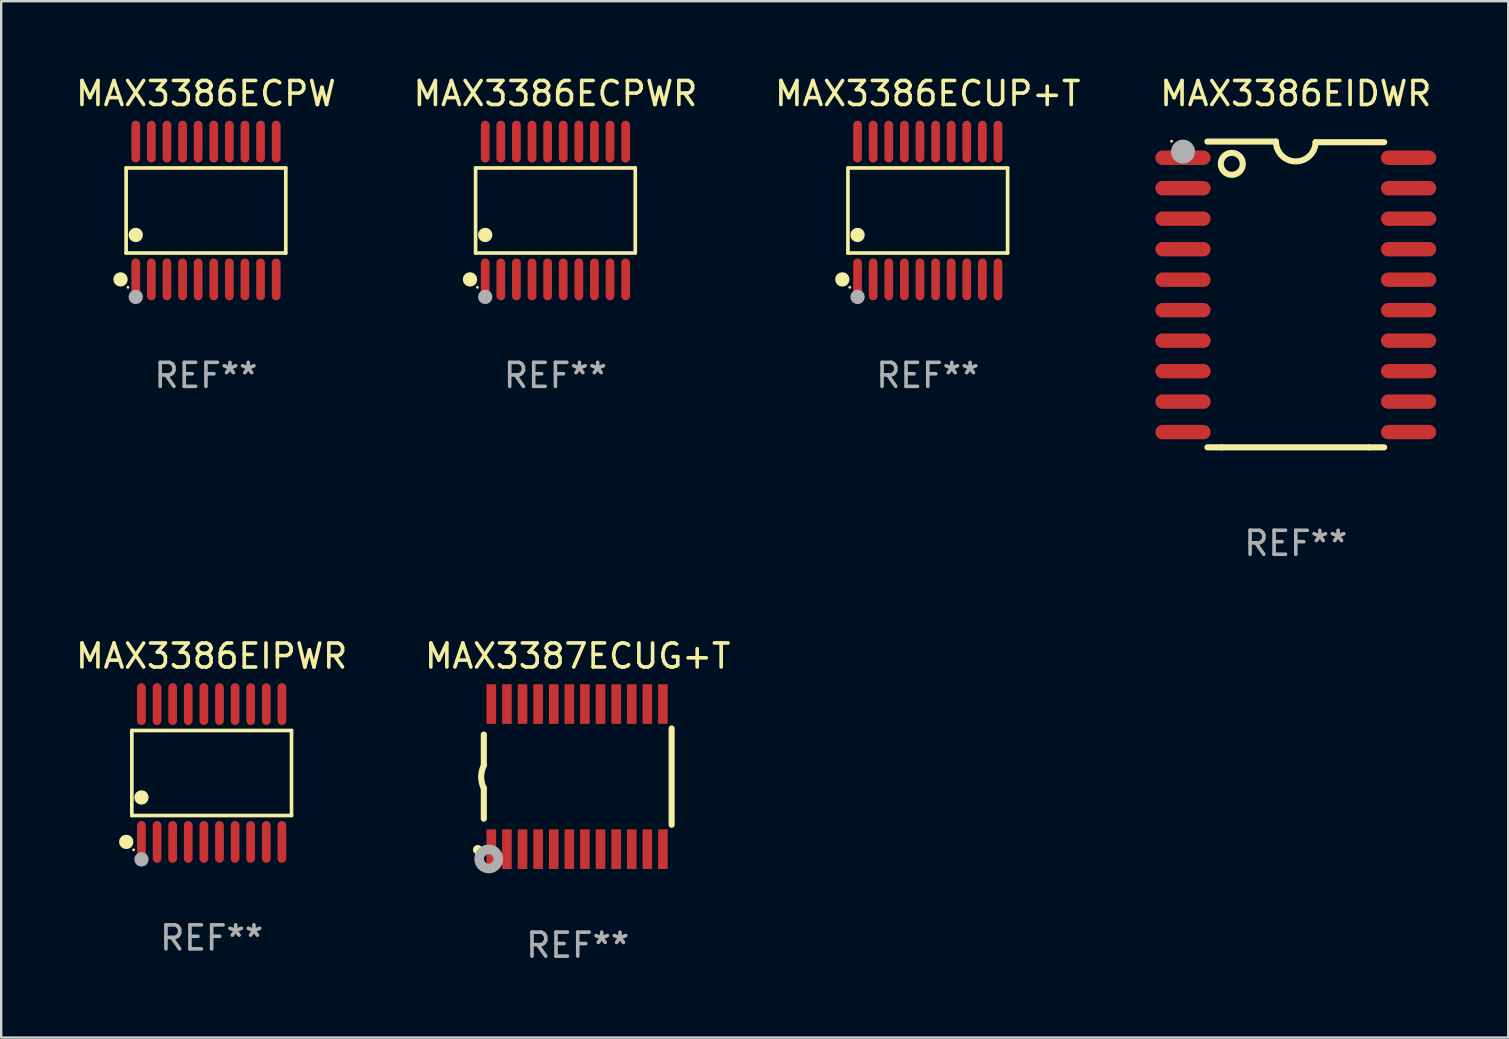
<source format=kicad_pcb>
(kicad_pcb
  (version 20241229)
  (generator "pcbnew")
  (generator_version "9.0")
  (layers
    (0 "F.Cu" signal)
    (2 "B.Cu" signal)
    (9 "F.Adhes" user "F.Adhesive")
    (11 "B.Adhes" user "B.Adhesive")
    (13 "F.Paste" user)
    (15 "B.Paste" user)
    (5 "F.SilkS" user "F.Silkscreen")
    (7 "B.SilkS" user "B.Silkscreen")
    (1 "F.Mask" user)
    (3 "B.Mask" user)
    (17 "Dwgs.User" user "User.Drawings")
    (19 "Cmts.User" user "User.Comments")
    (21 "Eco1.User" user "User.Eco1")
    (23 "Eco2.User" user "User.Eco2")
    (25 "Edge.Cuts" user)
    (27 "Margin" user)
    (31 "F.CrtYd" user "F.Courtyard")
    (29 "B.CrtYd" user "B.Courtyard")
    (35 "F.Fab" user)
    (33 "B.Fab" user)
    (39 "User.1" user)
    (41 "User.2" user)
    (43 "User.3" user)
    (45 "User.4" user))
  (footprint "MAX3386ECPW"
    (layer "F.Cu")
    (at 5.53 5.719)
    (property "Reference" "MAX3386ECPW" (at 0 -4.871 0) (layer "F.SilkS") (effects (font (size 1 1) (thickness 0.15))))
    (attr through_hole)
    (fp_line (start -3.326 -1.771) (end 3.326 -1.771) (stroke (width 0.152) (type solid)) (layer "F.SilkS"))
    (fp_line (start -3.326 1.771) (end -3.326 -1.771) (stroke (width 0.152) (type solid)) (layer "F.SilkS"))
    (fp_line (start 3.326 -1.771) (end 3.326 1.771) (stroke (width 0.152) (type solid)) (layer "F.SilkS"))
    (fp_line (start 3.326 1.771) (end -3.326 1.771) (stroke (width 0.152) (type solid)) (layer "F.SilkS"))
    (fp_circle (center -3.559 2.871) (end -3.409 2.871) (stroke (width 0.3) (type solid)) (fill no) (layer "F.SilkS"))
    (fp_circle (center -3.25 3.2) (end -3.22 3.2) (stroke (width 0.06) (type solid)) (fill no) (layer "F.SilkS"))
    (fp_circle (center -2.925 1.019) (end -2.775 1.019) (stroke (width 0.3) (type solid)) (fill no) (layer "F.SilkS"))
    (fp_circle (center -2.925 3.6) (end -2.775 3.6) (stroke (width 0.3) (type solid)) (fill no) (layer "F.Fab"))
    (fp_text user "REF**" (at 0 6.871 0) (layer "F.Fab") (effects (font (size 1 1) (thickness 0.15))))
    (pad "1" smd oval (at -2.925 2.871) (size 0.364 1.742) (layers "F.Cu" "F.Mask" "F.Paste"))
    (pad "2" smd oval (at -2.275 2.871) (size 0.364 1.742) (layers "F.Cu" "F.Mask" "F.Paste"))
    (pad "3" smd oval (at -1.625 2.871) (size 0.364 1.742) (layers "F.Cu" "F.Mask" "F.Paste"))
    (pad "4" smd oval (at -0.975 2.871) (size 0.364 1.742) (layers "F.Cu" "F.Mask" "F.Paste"))
    (pad "5" smd oval (at -0.325 2.871) (size 0.364 1.742) (layers "F.Cu" "F.Mask" "F.Paste"))
    (pad "6" smd oval (at 0.325 2.871) (size 0.364 1.742) (layers "F.Cu" "F.Mask" "F.Paste"))
    (pad "7" smd oval (at 0.975 2.871) (size 0.364 1.742) (layers "F.Cu" "F.Mask" "F.Paste"))
    (pad "8" smd oval (at 1.625 2.871) (size 0.364 1.742) (layers "F.Cu" "F.Mask" "F.Paste"))
    (pad "9" smd oval (at 2.275 2.871) (size 0.364 1.742) (layers "F.Cu" "F.Mask" "F.Paste"))
    (pad "10" smd oval (at 2.925 2.871) (size 0.364 1.742) (layers "F.Cu" "F.Mask" "F.Paste"))
    (pad "11" smd oval (at 2.925 -2.871) (size 0.364 1.742) (layers "F.Cu" "F.Mask" "F.Paste"))
    (pad "12" smd oval (at 2.275 -2.871) (size 0.364 1.742) (layers "F.Cu" "F.Mask" "F.Paste"))
    (pad "13" smd oval (at 1.625 -2.871) (size 0.364 1.742) (layers "F.Cu" "F.Mask" "F.Paste"))
    (pad "14" smd oval (at 0.975 -2.871) (size 0.364 1.742) (layers "F.Cu" "F.Mask" "F.Paste"))
    (pad "15" smd oval (at 0.325 -2.871) (size 0.364 1.742) (layers "F.Cu" "F.Mask" "F.Paste"))
    (pad "16" smd oval (at -0.325 -2.871) (size 0.364 1.742) (layers "F.Cu" "F.Mask" "F.Paste"))
    (pad "17" smd oval (at -0.975 -2.871) (size 0.364 1.742) (layers "F.Cu" "F.Mask" "F.Paste"))
    (pad "18" smd oval (at -1.625 -2.871) (size 0.364 1.742) (layers "F.Cu" "F.Mask" "F.Paste"))
    (pad "19" smd oval (at -2.275 -2.871) (size 0.364 1.742) (layers "F.Cu" "F.Mask" "F.Paste"))
    (pad "20" smd oval (at -2.925 -2.871) (size 0.364 1.742) (layers "F.Cu" "F.Mask" "F.Paste")))
  (footprint "MAX3387ECUG+T"
    (layer "F.Cu")
    (at 21.018 29.304)
    (property "Reference" "MAX3387ECUG+T" (at 0 -5.023 0) (layer "F.SilkS") (effects (font (size 1 1) (thickness 0.15))))
    (attr through_hole)
    (fp_line (start -3.912 -0.483) (end -3.912 -1.753) (stroke (width 0.254) (type solid)) (layer "F.SilkS"))
    (fp_line (start -3.912 1.753) (end -3.912 0.483) (stroke (width 0.254) (type solid)) (layer "F.SilkS"))
    (fp_line (start 3.912 -2.007) (end 3.912 2.007) (stroke (width 0.254) (type solid)) (layer "F.SilkS"))
    (fp_arc (start -3.911608 0.482601) (mid -4.022537 0.0127) (end -3.911608 -0.457201) (stroke (width 0.254001) (type solid)) (layer "F.SilkS"))
    (fp_circle (center -4.166 3.048) (end -4.066 3.048) (stroke (width 0.2) (type solid)) (fill no) (layer "F.SilkS"))
    (fp_circle (center -3.925 3.186) (end -3.895 3.186) (stroke (width 0.06) (type solid)) (fill no) (layer "F.SilkS"))
    (fp_circle (center -3.708 3.429) (end -3.509 3.429) (stroke (width 0.4) (type solid)) (fill no) (layer "F.Fab"))
    (fp_text user "REF**" (at 0 7.023 0) (layer "F.Fab") (effects (font (size 1 1) (thickness 0.15))))
    (pad "1" smd rect (at -3.6 3.023) (size 0.4 1.65) (layers "F.Cu" "F.Mask" "F.Paste"))
    (pad "2" smd rect (at -2.95 3.023) (size 0.4 1.65) (layers "F.Cu" "F.Mask" "F.Paste"))
    (pad "3" smd rect (at -2.3 3.023) (size 0.4 1.65) (layers "F.Cu" "F.Mask" "F.Paste"))
    (pad "4" smd rect (at -1.65 3.023) (size 0.4 1.65) (layers "F.Cu" "F.Mask" "F.Paste"))
    (pad "5" smd rect (at -1 3.023) (size 0.4 1.65) (layers "F.Cu" "F.Mask" "F.Paste"))
    (pad "6" smd rect (at -0.35 3.023) (size 0.4 1.65) (layers "F.Cu" "F.Mask" "F.Paste"))
    (pad "7" smd rect (at 0.299 3.023) (size 0.4 1.65) (layers "F.Cu" "F.Mask" "F.Paste"))
    (pad "8" smd rect (at 0.95 3.023) (size 0.4 1.65) (layers "F.Cu" "F.Mask" "F.Paste"))
    (pad "9" smd rect (at 1.6 3.023) (size 0.4 1.65) (layers "F.Cu" "F.Mask" "F.Paste"))
    (pad "10" smd rect (at 2.25 3.023) (size 0.4 1.65) (layers "F.Cu" "F.Mask" "F.Paste"))
    (pad "11" smd rect (at 2.9 3.023) (size 0.4 1.65) (layers "F.Cu" "F.Mask" "F.Paste"))
    (pad "12" smd rect (at 3.549 3.023) (size 0.4 1.65) (layers "F.Cu" "F.Mask" "F.Paste"))
    (pad "13" smd rect (at 3.549 -3.023) (size 0.4 1.65) (layers "F.Cu" "F.Mask" "F.Paste"))
    (pad "14" smd rect (at 2.9 -3.023) (size 0.4 1.65) (layers "F.Cu" "F.Mask" "F.Paste"))
    (pad "15" smd rect (at 2.25 -3.023) (size 0.4 1.65) (layers "F.Cu" "F.Mask" "F.Paste"))
    (pad "16" smd rect (at 1.6 -3.023) (size 0.4 1.65) (layers "F.Cu" "F.Mask" "F.Paste"))
    (pad "17" smd rect (at 0.95 -3.023) (size 0.4 1.65) (layers "F.Cu" "F.Mask" "F.Paste"))
    (pad "18" smd rect (at 0.299 -3.023) (size 0.4 1.65) (layers "F.Cu" "F.Mask" "F.Paste"))
    (pad "19" smd rect (at -0.35 -3.023) (size 0.4 1.65) (layers "F.Cu" "F.Mask" "F.Paste"))
    (pad "20" smd rect (at -1 -3.023) (size 0.4 1.65) (layers "F.Cu" "F.Mask" "F.Paste"))
    (pad "21" smd rect (at -1.65 -3.023) (size 0.4 1.65) (layers "F.Cu" "F.Mask" "F.Paste"))
    (pad "22" smd rect (at -2.3 -3.023) (size 0.4 1.65) (layers "F.Cu" "F.Mask" "F.Paste"))
    (pad "23" smd rect (at -2.95 -3.023) (size 0.4 1.65) (layers "F.Cu" "F.Mask" "F.Paste"))
    (pad "24" smd rect (at -3.6 -3.023) (size 0.4 1.65) (layers "F.Cu" "F.Mask" "F.Paste")))
  (footprint "MAX3386EIPWR"
    (layer "F.Cu")
    (at 5.768 29.153)
    (property "Reference" "MAX3386EIPWR" (at 0 -4.871 0) (layer "F.SilkS") (effects (font (size 1 1) (thickness 0.15))))
    (attr through_hole)
    (fp_line (start -3.326 -1.771) (end 3.326 -1.771) (stroke (width 0.152) (type solid)) (layer "F.SilkS"))
    (fp_line (start -3.326 1.771) (end -3.326 -1.771) (stroke (width 0.152) (type solid)) (layer "F.SilkS"))
    (fp_line (start 3.326 -1.771) (end 3.326 1.771) (stroke (width 0.152) (type solid)) (layer "F.SilkS"))
    (fp_line (start 3.326 1.771) (end -3.326 1.771) (stroke (width 0.152) (type solid)) (layer "F.SilkS"))
    (fp_circle (center -3.559 2.871) (end -3.409 2.871) (stroke (width 0.3) (type solid)) (fill no) (layer "F.SilkS"))
    (fp_circle (center -3.25 3.2) (end -3.22 3.2) (stroke (width 0.06) (type solid)) (fill no) (layer "F.SilkS"))
    (fp_circle (center -2.925 1.019) (end -2.775 1.019) (stroke (width 0.3) (type solid)) (fill no) (layer "F.SilkS"))
    (fp_circle (center -2.925 3.6) (end -2.775 3.6) (stroke (width 0.3) (type solid)) (fill no) (layer "F.Fab"))
    (fp_text user "REF**" (at 0 6.871 0) (layer "F.Fab") (effects (font (size 1 1) (thickness 0.15))))
    (pad "1" smd oval (at -2.925 2.871) (size 0.364 1.742) (layers "F.Cu" "F.Mask" "F.Paste"))
    (pad "2" smd oval (at -2.275 2.871) (size 0.364 1.742) (layers "F.Cu" "F.Mask" "F.Paste"))
    (pad "3" smd oval (at -1.625 2.871) (size 0.364 1.742) (layers "F.Cu" "F.Mask" "F.Paste"))
    (pad "4" smd oval (at -0.975 2.871) (size 0.364 1.742) (layers "F.Cu" "F.Mask" "F.Paste"))
    (pad "5" smd oval (at -0.325 2.871) (size 0.364 1.742) (layers "F.Cu" "F.Mask" "F.Paste"))
    (pad "6" smd oval (at 0.325 2.871) (size 0.364 1.742) (layers "F.Cu" "F.Mask" "F.Paste"))
    (pad "7" smd oval (at 0.975 2.871) (size 0.364 1.742) (layers "F.Cu" "F.Mask" "F.Paste"))
    (pad "8" smd oval (at 1.625 2.871) (size 0.364 1.742) (layers "F.Cu" "F.Mask" "F.Paste"))
    (pad "9" smd oval (at 2.275 2.871) (size 0.364 1.742) (layers "F.Cu" "F.Mask" "F.Paste"))
    (pad "10" smd oval (at 2.925 2.871) (size 0.364 1.742) (layers "F.Cu" "F.Mask" "F.Paste"))
    (pad "11" smd oval (at 2.925 -2.871) (size 0.364 1.742) (layers "F.Cu" "F.Mask" "F.Paste"))
    (pad "12" smd oval (at 2.275 -2.871) (size 0.364 1.742) (layers "F.Cu" "F.Mask" "F.Paste"))
    (pad "13" smd oval (at 1.625 -2.871) (size 0.364 1.742) (layers "F.Cu" "F.Mask" "F.Paste"))
    (pad "14" smd oval (at 0.975 -2.871) (size 0.364 1.742) (layers "F.Cu" "F.Mask" "F.Paste"))
    (pad "15" smd oval (at 0.325 -2.871) (size 0.364 1.742) (layers "F.Cu" "F.Mask" "F.Paste"))
    (pad "16" smd oval (at -0.325 -2.871) (size 0.364 1.742) (layers "F.Cu" "F.Mask" "F.Paste"))
    (pad "17" smd oval (at -0.975 -2.871) (size 0.364 1.742) (layers "F.Cu" "F.Mask" "F.Paste"))
    (pad "18" smd oval (at -1.625 -2.871) (size 0.364 1.742) (layers "F.Cu" "F.Mask" "F.Paste"))
    (pad "19" smd oval (at -2.275 -2.871) (size 0.364 1.742) (layers "F.Cu" "F.Mask" "F.Paste"))
    (pad "20" smd oval (at -2.925 -2.871) (size 0.364 1.742) (layers "F.Cu" "F.Mask" "F.Paste")))
  (footprint "MAX3386ECPWR"
    (layer "F.Cu")
    (at 20.089 5.719)
    (property "Reference" "MAX3386ECPWR" (at 0 -4.871 0) (layer "F.SilkS") (effects (font (size 1 1) (thickness 0.15))))
    (attr through_hole)
    (fp_line (start -3.326 -1.771) (end 3.326 -1.771) (stroke (width 0.152) (type solid)) (layer "F.SilkS"))
    (fp_line (start -3.326 1.771) (end -3.326 -1.771) (stroke (width 0.152) (type solid)) (layer "F.SilkS"))
    (fp_line (start 3.326 -1.771) (end 3.326 1.771) (stroke (width 0.152) (type solid)) (layer "F.SilkS"))
    (fp_line (start 3.326 1.771) (end -3.326 1.771) (stroke (width 0.152) (type solid)) (layer "F.SilkS"))
    (fp_circle (center -3.559 2.871) (end -3.409 2.871) (stroke (width 0.3) (type solid)) (fill no) (layer "F.SilkS"))
    (fp_circle (center -3.25 3.2) (end -3.22 3.2) (stroke (width 0.06) (type solid)) (fill no) (layer "F.SilkS"))
    (fp_circle (center -2.925 1.019) (end -2.775 1.019) (stroke (width 0.3) (type solid)) (fill no) (layer "F.SilkS"))
    (fp_circle (center -2.925 3.6) (end -2.775 3.6) (stroke (width 0.3) (type solid)) (fill no) (layer "F.Fab"))
    (fp_text user "REF**" (at 0 6.871 0) (layer "F.Fab") (effects (font (size 1 1) (thickness 0.15))))
    (pad "1" smd oval (at -2.925 2.871) (size 0.364 1.742) (layers "F.Cu" "F.Mask" "F.Paste"))
    (pad "2" smd oval (at -2.275 2.871) (size 0.364 1.742) (layers "F.Cu" "F.Mask" "F.Paste"))
    (pad "3" smd oval (at -1.625 2.871) (size 0.364 1.742) (layers "F.Cu" "F.Mask" "F.Paste"))
    (pad "4" smd oval (at -0.975 2.871) (size 0.364 1.742) (layers "F.Cu" "F.Mask" "F.Paste"))
    (pad "5" smd oval (at -0.325 2.871) (size 0.364 1.742) (layers "F.Cu" "F.Mask" "F.Paste"))
    (pad "6" smd oval (at 0.325 2.871) (size 0.364 1.742) (layers "F.Cu" "F.Mask" "F.Paste"))
    (pad "7" smd oval (at 0.975 2.871) (size 0.364 1.742) (layers "F.Cu" "F.Mask" "F.Paste"))
    (pad "8" smd oval (at 1.625 2.871) (size 0.364 1.742) (layers "F.Cu" "F.Mask" "F.Paste"))
    (pad "9" smd oval (at 2.275 2.871) (size 0.364 1.742) (layers "F.Cu" "F.Mask" "F.Paste"))
    (pad "10" smd oval (at 2.925 2.871) (size 0.364 1.742) (layers "F.Cu" "F.Mask" "F.Paste"))
    (pad "11" smd oval (at 2.925 -2.871) (size 0.364 1.742) (layers "F.Cu" "F.Mask" "F.Paste"))
    (pad "12" smd oval (at 2.275 -2.871) (size 0.364 1.742) (layers "F.Cu" "F.Mask" "F.Paste"))
    (pad "13" smd oval (at 1.625 -2.871) (size 0.364 1.742) (layers "F.Cu" "F.Mask" "F.Paste"))
    (pad "14" smd oval (at 0.975 -2.871) (size 0.364 1.742) (layers "F.Cu" "F.Mask" "F.Paste"))
    (pad "15" smd oval (at 0.325 -2.871) (size 0.364 1.742) (layers "F.Cu" "F.Mask" "F.Paste"))
    (pad "16" smd oval (at -0.325 -2.871) (size 0.364 1.742) (layers "F.Cu" "F.Mask" "F.Paste"))
    (pad "17" smd oval (at -0.975 -2.871) (size 0.364 1.742) (layers "F.Cu" "F.Mask" "F.Paste"))
    (pad "18" smd oval (at -1.625 -2.871) (size 0.364 1.742) (layers "F.Cu" "F.Mask" "F.Paste"))
    (pad "19" smd oval (at -2.275 -2.871) (size 0.364 1.742) (layers "F.Cu" "F.Mask" "F.Paste"))
    (pad "20" smd oval (at -2.925 -2.871) (size 0.364 1.742) (layers "F.Cu" "F.Mask" "F.Paste")))
  (footprint "MAX3386ECUP+T"
    (layer "F.Cu")
    (at 35.601 5.719)
    (property "Reference" "MAX3386ECUP+T" (at 0 -4.871 0) (layer "F.SilkS") (effects (font (size 1 1) (thickness 0.15))))
    (attr through_hole)
    (fp_line (start -3.326 -1.771) (end 3.326 -1.771) (stroke (width 0.152) (type solid)) (layer "F.SilkS"))
    (fp_line (start -3.326 1.771) (end -3.326 -1.771) (stroke (width 0.152) (type solid)) (layer "F.SilkS"))
    (fp_line (start 3.326 -1.771) (end 3.326 1.771) (stroke (width 0.152) (type solid)) (layer "F.SilkS"))
    (fp_line (start 3.326 1.771) (end -3.326 1.771) (stroke (width 0.152) (type solid)) (layer "F.SilkS"))
    (fp_circle (center -3.559 2.871) (end -3.409 2.871) (stroke (width 0.3) (type solid)) (fill no) (layer "F.SilkS"))
    (fp_circle (center -3.25 3.2) (end -3.22 3.2) (stroke (width 0.06) (type solid)) (fill no) (layer "F.SilkS"))
    (fp_circle (center -2.925 1.019) (end -2.775 1.019) (stroke (width 0.3) (type solid)) (fill no) (layer "F.SilkS"))
    (fp_circle (center -2.925 3.6) (end -2.775 3.6) (stroke (width 0.3) (type solid)) (fill no) (layer "F.Fab"))
    (fp_text user "REF**" (at 0 6.871 0) (layer "F.Fab") (effects (font (size 1 1) (thickness 0.15))))
    (pad "1" smd oval (at -2.925 2.871) (size 0.364 1.742) (layers "F.Cu" "F.Mask" "F.Paste"))
    (pad "2" smd oval (at -2.275 2.871) (size 0.364 1.742) (layers "F.Cu" "F.Mask" "F.Paste"))
    (pad "3" smd oval (at -1.625 2.871) (size 0.364 1.742) (layers "F.Cu" "F.Mask" "F.Paste"))
    (pad "4" smd oval (at -0.975 2.871) (size 0.364 1.742) (layers "F.Cu" "F.Mask" "F.Paste"))
    (pad "5" smd oval (at -0.325 2.871) (size 0.364 1.742) (layers "F.Cu" "F.Mask" "F.Paste"))
    (pad "6" smd oval (at 0.325 2.871) (size 0.364 1.742) (layers "F.Cu" "F.Mask" "F.Paste"))
    (pad "7" smd oval (at 0.975 2.871) (size 0.364 1.742) (layers "F.Cu" "F.Mask" "F.Paste"))
    (pad "8" smd oval (at 1.625 2.871) (size 0.364 1.742) (layers "F.Cu" "F.Mask" "F.Paste"))
    (pad "9" smd oval (at 2.275 2.871) (size 0.364 1.742) (layers "F.Cu" "F.Mask" "F.Paste"))
    (pad "10" smd oval (at 2.925 2.871) (size 0.364 1.742) (layers "F.Cu" "F.Mask" "F.Paste"))
    (pad "11" smd oval (at 2.925 -2.871) (size 0.364 1.742) (layers "F.Cu" "F.Mask" "F.Paste"))
    (pad "12" smd oval (at 2.275 -2.871) (size 0.364 1.742) (layers "F.Cu" "F.Mask" "F.Paste"))
    (pad "13" smd oval (at 1.625 -2.871) (size 0.364 1.742) (layers "F.Cu" "F.Mask" "F.Paste"))
    (pad "14" smd oval (at 0.975 -2.871) (size 0.364 1.742) (layers "F.Cu" "F.Mask" "F.Paste"))
    (pad "15" smd oval (at 0.325 -2.871) (size 0.364 1.742) (layers "F.Cu" "F.Mask" "F.Paste"))
    (pad "16" smd oval (at -0.325 -2.871) (size 0.364 1.742) (layers "F.Cu" "F.Mask" "F.Paste"))
    (pad "17" smd oval (at -0.975 -2.871) (size 0.364 1.742) (layers "F.Cu" "F.Mask" "F.Paste"))
    (pad "18" smd oval (at -1.625 -2.871) (size 0.364 1.742) (layers "F.Cu" "F.Mask" "F.Paste"))
    (pad "19" smd oval (at -2.275 -2.871) (size 0.364 1.742) (layers "F.Cu" "F.Mask" "F.Paste"))
    (pad "20" smd oval (at -2.925 -2.871) (size 0.364 1.742) (layers "F.Cu" "F.Mask" "F.Paste")))
  (footprint "MAX3386EIDWR"
    (layer "F.Cu")
    (at 50.933 9.217)
    (property "Reference" "MAX3386EIDWR" (at 0 -8.369 0) (layer "F.SilkS") (effects (font (size 1 1) (thickness 0.15))))
    (attr through_hole)
    (fp_line (start -3.096 6.369) (end -3.683 6.369) (stroke (width 0.254) (type solid)) (layer "F.SilkS"))
    (fp_line (start -0.825 -6.369) (end -3.683 -6.369) (stroke (width 0.254) (type solid)) (layer "F.SilkS"))
    (fp_line (start 0.826 -6.343) (end 3.683 -6.343) (stroke (width 0.254) (type solid)) (layer "F.SilkS"))
    (fp_line (start 3.048 6.369) (end -3.096 6.369) (stroke (width 0.254) (type solid)) (layer "F.SilkS"))
    (fp_line (start 3.048 6.369) (end 3.683 6.369) (stroke (width 0.254) (type solid)) (layer "F.SilkS"))
    (fp_arc (start 0.825527 -6.343129) (mid -0.012478 -5.543126) (end -0.825476 -6.36853) (stroke (width 0.254001) (type solid)) (layer "F.SilkS"))
    (fp_circle (center -5.175 -6.382) (end -5.145 -6.382) (stroke (width 0.06) (type solid)) (fill no) (layer "F.SilkS"))
    (fp_circle (center -2.667 -5.442) (end -2.209 -5.442) (stroke (width 0.254) (type solid)) (fill no) (layer "F.SilkS"))
    (fp_circle (center -4.699 -5.95) (end -4.449 -5.95) (stroke (width 0.5) (type solid)) (fill no) (layer "F.Fab"))
    (fp_text user "REF**" (at 0 10.369 0) (layer "F.Fab") (effects (font (size 1 1) (thickness 0.15))))
    (pad "1" smd oval (at -4.7 -5.696 90) (size 0.6 2.3) (layers "F.Cu" "F.Mask" "F.Paste"))
    (pad "2" smd oval (at -4.7 -4.426 90) (size 0.6 2.3) (layers "F.Cu" "F.Mask" "F.Paste"))
    (pad "3" smd oval (at -4.7 -3.156 90) (size 0.6 2.3) (layers "F.Cu" "F.Mask" "F.Paste"))
    (pad "4" smd oval (at -4.7 -1.886 90) (size 0.6 2.3) (layers "F.Cu" "F.Mask" "F.Paste"))
    (pad "5" smd oval (at -4.7 -0.616 90) (size 0.6 2.3) (layers "F.Cu" "F.Mask" "F.Paste"))
    (pad "6" smd oval (at -4.7 0.654 90) (size 0.6 2.3) (layers "F.Cu" "F.Mask" "F.Paste"))
    (pad "7" smd oval (at -4.7 1.924 90) (size 0.6 2.3) (layers "F.Cu" "F.Mask" "F.Paste"))
    (pad "8" smd oval (at -4.7 3.194 90) (size 0.6 2.3) (layers "F.Cu" "F.Mask" "F.Paste"))
    (pad "9" smd oval (at -4.7 4.464 90) (size 0.6 2.3) (layers "F.Cu" "F.Mask" "F.Paste"))
    (pad "10" smd oval (at -4.7 5.734 90) (size 0.6 2.3) (layers "F.Cu" "F.Mask" "F.Paste"))
    (pad "11" smd oval (at 4.7 5.734 90) (size 0.6 2.3) (layers "F.Cu" "F.Mask" "F.Paste"))
    (pad "12" smd oval (at 4.7 4.464 90) (size 0.6 2.3) (layers "F.Cu" "F.Mask" "F.Paste"))
    (pad "13" smd oval (at 4.7 3.194 90) (size 0.6 2.3) (layers "F.Cu" "F.Mask" "F.Paste"))
    (pad "14" smd oval (at 4.7 1.924 90) (size 0.6 2.3) (layers "F.Cu" "F.Mask" "F.Paste"))
    (pad "15" smd oval (at 4.7 0.654 90) (size 0.6 2.3) (layers "F.Cu" "F.Mask" "F.Paste"))
    (pad "16" smd oval (at 4.7 -0.616 90) (size 0.6 2.3) (layers "F.Cu" "F.Mask" "F.Paste"))
    (pad "17" smd oval (at 4.7 -1.886 90) (size 0.6 2.3) (layers "F.Cu" "F.Mask" "F.Paste"))
    (pad "18" smd oval (at 4.7 -3.156 90) (size 0.6 2.3) (layers "F.Cu" "F.Mask" "F.Paste"))
    (pad "19" smd oval (at 4.7 -4.426 90) (size 0.6 2.3) (layers "F.Cu" "F.Mask" "F.Paste"))
    (pad "20" smd oval (at 4.7 -5.696 90) (size 0.6 2.3) (layers "F.Cu" "F.Mask" "F.Paste")))
  (gr_rect
    (start -3 -3)
    (end 59.783 40.175)
    (stroke (width 0.1) (type default))
    (fill no)
    (layer "Edge.Cuts")))
</source>
